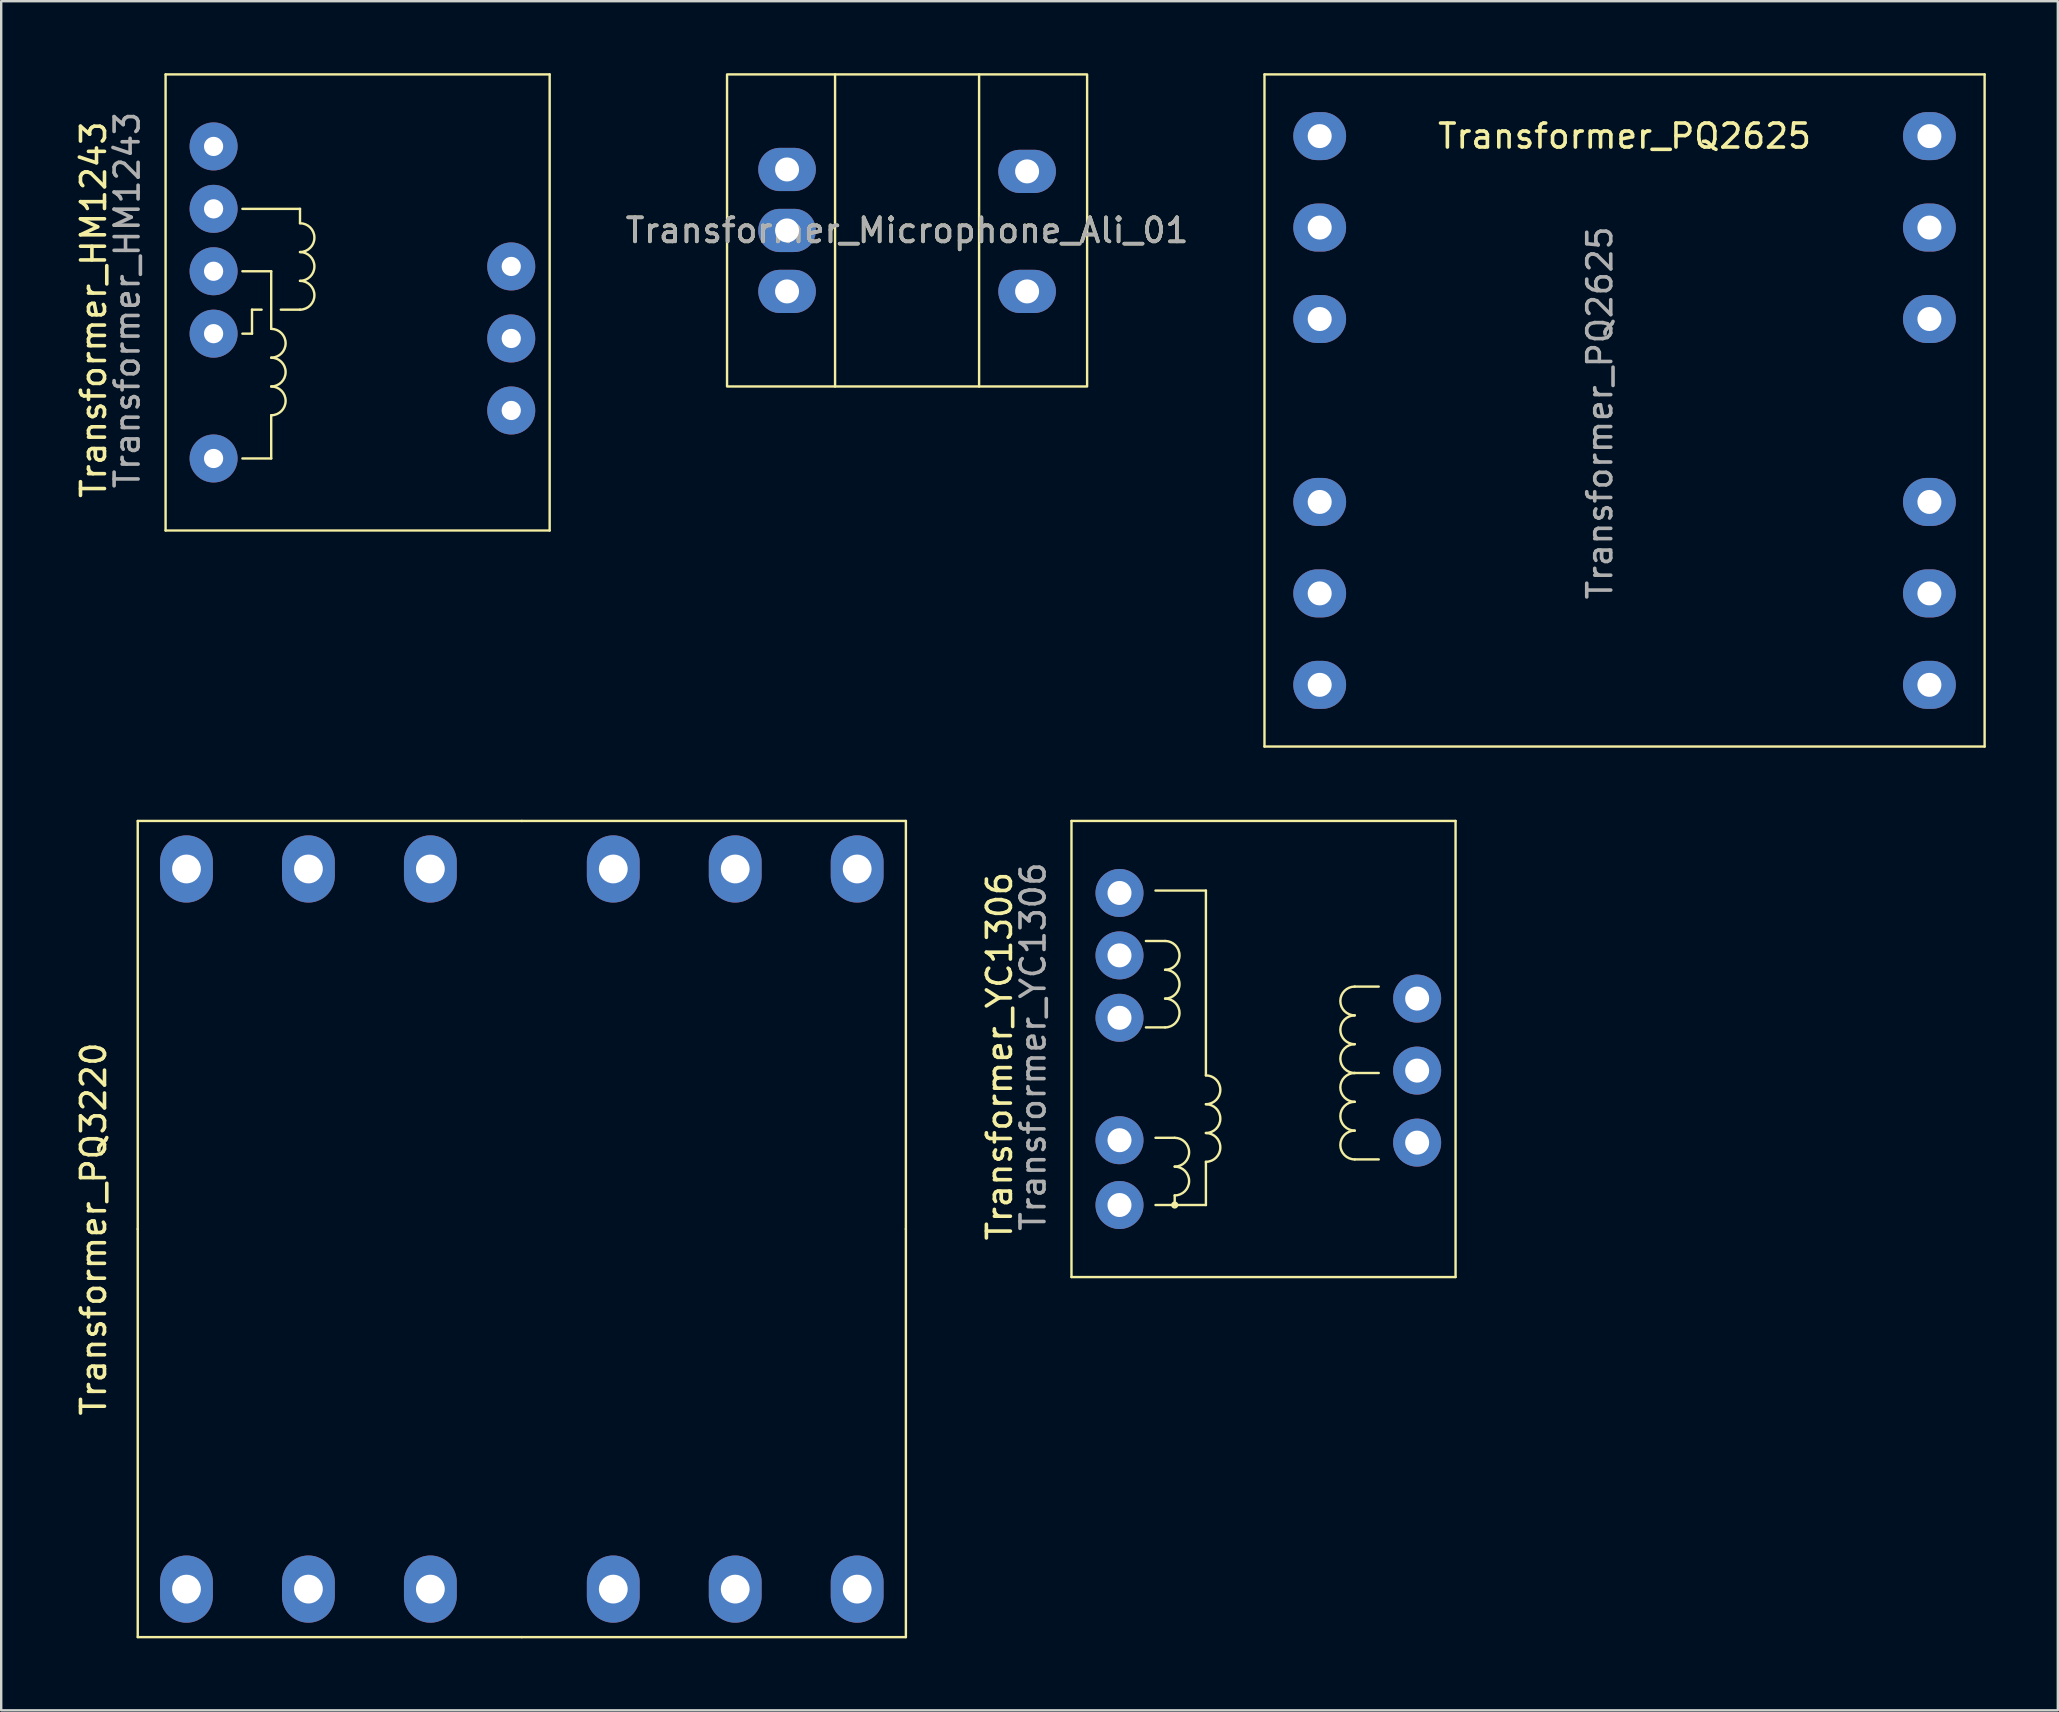
<source format=kicad_pcb>
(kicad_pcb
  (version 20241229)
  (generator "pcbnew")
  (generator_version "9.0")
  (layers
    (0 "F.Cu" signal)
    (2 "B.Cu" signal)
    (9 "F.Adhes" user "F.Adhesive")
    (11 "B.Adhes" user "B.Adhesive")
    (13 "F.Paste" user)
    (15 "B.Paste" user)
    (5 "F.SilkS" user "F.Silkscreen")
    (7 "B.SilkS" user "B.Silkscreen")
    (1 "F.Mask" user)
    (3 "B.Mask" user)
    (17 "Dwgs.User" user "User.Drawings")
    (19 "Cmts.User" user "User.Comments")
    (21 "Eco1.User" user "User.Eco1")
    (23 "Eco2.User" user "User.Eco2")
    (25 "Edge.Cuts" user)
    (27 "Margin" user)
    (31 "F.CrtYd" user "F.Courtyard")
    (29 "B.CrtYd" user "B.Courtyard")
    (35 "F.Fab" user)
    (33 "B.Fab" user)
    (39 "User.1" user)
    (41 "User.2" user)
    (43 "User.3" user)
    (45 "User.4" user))
  (footprint "Transformer_HM1243"
    (layer "F.Cu")
    (at 5.848 16.05)
    (property "Reference" "Transformer_HM1243" (at -5 -6.2 90) (layer "F.SilkS") (effects (font (size 1 1) (thickness 0.15))))
    (attr through_hole)
    (fp_line (start -2 -16) (end 14 -16) (stroke (width 0.1) (type default)) (layer "F.SilkS"))
    (fp_line (start -2 3) (end -2 -16) (stroke (width 0.1) (type default)) (layer "F.SilkS"))
    (fp_line (start -2 3) (end 14 3) (stroke (width 0.1) (type default)) (layer "F.SilkS"))
    (fp_line (start 1.6 -6.2) (end 1.6 -5.2) (stroke (width 0.1) (type default)) (layer "F.SilkS"))
    (fp_line (start 1.6 -5.2) (end 1.2 -5.2) (stroke (width 0.1) (type default)) (layer "F.SilkS"))
    (fp_line (start 2 -6.2) (end 1.6 -6.2) (stroke (width 0.1) (type default)) (layer "F.SilkS"))
    (fp_line (start 2.4 -7.8) (end 1.2 -7.8) (stroke (width 0.1) (type default)) (layer "F.SilkS"))
    (fp_line (start 2.4 -5.4) (end 2.4 -7.8) (stroke (width 0.1) (type default)) (layer "F.SilkS"))
    (fp_line (start 2.4 -1.8) (end 2.4 0) (stroke (width 0.1) (type default)) (layer "F.SilkS"))
    (fp_line (start 2.4 0) (end 1.2 0) (stroke (width 0.1) (type default)) (layer "F.SilkS"))
    (fp_line (start 3.6 -10.4) (end 1.2 -10.4) (stroke (width 0.1) (type default)) (layer "F.SilkS"))
    (fp_line (start 3.6 -9.8) (end 3.6 -10.4) (stroke (width 0.1) (type default)) (layer "F.SilkS"))
    (fp_line (start 3.6 -6.2) (end 2.8 -6.2) (stroke (width 0.1) (type default)) (layer "F.SilkS"))
    (fp_line (start 14 3) (end 14 -16) (stroke (width 0.1) (type default)) (layer "F.SilkS"))
    (fp_arc (start 2.4 -5.4) (mid 3 -4.8) (end 2.4 -4.2) (stroke (width 0.1) (type default)) (layer "F.SilkS"))
    (fp_arc (start 2.4 -4.2) (mid 3 -3.6) (end 2.4 -3) (stroke (width 0.1) (type default)) (layer "F.SilkS"))
    (fp_arc (start 2.4 -3) (mid 3 -2.4) (end 2.4 -1.8) (stroke (width 0.1) (type default)) (layer "F.SilkS"))
    (fp_arc (start 3.6 -9.8) (mid 4.2 -9.2) (end 3.6 -8.6) (stroke (width 0.1) (type default)) (layer "F.SilkS"))
    (fp_arc (start 3.6 -8.6) (mid 4.2 -8) (end 3.6 -7.4) (stroke (width 0.1) (type default)) (layer "F.SilkS"))
    (fp_arc (start 3.6 -7.4) (mid 4.2 -6.8) (end 3.6 -6.2) (stroke (width 0.1) (type default)) (layer "F.SilkS"))
    (fp_text user "${REFERENCE}" (at -3.6 -6.6 90) (layer "F.Fab") (effects (font (size 1 1) (thickness 0.15))))
    (pad "1" thru_hole circle (at 12.4 -2) (size 2 2) (drill 0.8) (layers "*.Cu" "*.Mask"))
    (pad "2" thru_hole circle (at 12.4 -5) (size 2 2) (drill 0.8) (layers "*.Cu" "*.Mask"))
    (pad "3" thru_hole circle (at 12.4 -8) (size 2 2) (drill 0.8) (layers "*.Cu" "*.Mask"))
    (pad "4" thru_hole circle (at 0 -13) (size 2 2) (drill 0.8) (layers "*.Cu" "*.Mask"))
    (pad "5" thru_hole circle (at 0 -10.4) (size 2 2) (drill 0.8) (layers "*.Cu" "*.Mask"))
    (pad "6" thru_hole circle (at 0 -7.8) (size 2 2) (drill 0.8) (layers "*.Cu" "*.Mask"))
    (pad "7" thru_hole circle (at 0 -5.2) (size 2 2) (drill 0.8) (layers "*.Cu" "*.Mask"))
    (pad "8" thru_hole circle (at 0 0) (size 2 2) (drill 0.8) (layers "*.Cu" "*.Mask")))
  (footprint "Transformer_PQ2625"
    (layer "F.Cu")
    (at 64.627 14.05)
    (property "Reference" "Transformer_PQ2625" (at 0 -11.43 0) (layer "F.SilkS") (effects (font (size 1 1) (thickness 0.15))))
    (attr through_hole)
    (fp_line (start -15 -14) (end -15 14) (stroke (width 0.1) (type default)) (layer "F.SilkS"))
    (fp_line (start -15 -14) (end 15 -14) (stroke (width 0.1) (type default)) (layer "F.SilkS"))
    (fp_line (start -15 14) (end 15 14) (stroke (width 0.1) (type default)) (layer "F.SilkS"))
    (fp_line (start 15 -14) (end 15 14) (stroke (width 0.1) (type default)) (layer "F.SilkS"))
    (fp_text user "${REFERENCE}" (at -1.03 0.1 90) (layer "F.Fab") (effects (font (size 1 1) (thickness 0.15))))
    (pad "1" thru_hole oval (at -12.7 -11.43) (size 2.2 2) (drill 1) (layers "*.Cu" "*.Mask"))
    (pad "2" thru_hole oval (at -12.7 -7.62) (size 2.2 2) (drill 1) (layers "*.Cu" "*.Mask"))
    (pad "3" thru_hole oval (at -12.7 -3.81) (size 2.2 2) (drill 1) (layers "*.Cu" "*.Mask"))
    (pad "4" thru_hole oval (at -12.7 3.81) (size 2.2 2) (drill 1) (layers "*.Cu" "*.Mask"))
    (pad "5" thru_hole oval (at -12.7 7.62) (size 2.2 2) (drill 1) (layers "*.Cu" "*.Mask"))
    (pad "6" thru_hole oval (at -12.7 11.43) (size 2.2 2) (drill 1) (layers "*.Cu" "*.Mask"))
    (pad "7" thru_hole oval (at 12.7 11.43) (size 2.2 2) (drill 1) (layers "*.Cu" "*.Mask"))
    (pad "8" thru_hole oval (at 12.7 7.62) (size 2.2 2) (drill 1) (layers "*.Cu" "*.Mask"))
    (pad "9" thru_hole oval (at 12.7 3.81) (size 2.2 2) (drill 1) (layers "*.Cu" "*.Mask"))
    (pad "10" thru_hole oval (at 12.7 -3.81) (size 2.2 2) (drill 1) (layers "*.Cu" "*.Mask"))
    (pad "11" thru_hole oval (at 12.7 -7.62) (size 2.2 2) (drill 1) (layers "*.Cu" "*.Mask"))
    (pad "12" thru_hole oval (at 12.7 -11.43) (size 2.2 2) (drill 1) (layers "*.Cu" "*.Mask")))
  (footprint "Transformer_PQ3220"
    (layer "F.Cu")
    (at 18.688 48.15)
    (property "Reference" "Transformer_PQ3220" (at -17.84 0 90) (layer "F.SilkS") (effects (font (size 1 1) (thickness 0.15))))
    (attr through_hole)
    (fp_line (start -16 -17) (end -16 0) (stroke (width 0.1) (type default)) (layer "F.SilkS"))
    (fp_line (start -16 17) (end -16 0) (stroke (width 0.1) (type default)) (layer "F.SilkS"))
    (fp_line (start 0 -17) (end -16 -17) (stroke (width 0.1) (type default)) (layer "F.SilkS"))
    (fp_line (start 0 -17) (end 16 -17) (stroke (width 0.1) (type default)) (layer "F.SilkS"))
    (fp_line (start 0 17) (end -16 17) (stroke (width 0.1) (type default)) (layer "F.SilkS"))
    (fp_line (start 0 17) (end 16 17) (stroke (width 0.1) (type default)) (layer "F.SilkS"))
    (fp_line (start 16 -17) (end 16 0) (stroke (width 0.1) (type default)) (layer "F.SilkS"))
    (fp_line (start 16 17) (end 16 0) (stroke (width 0.1) (type default)) (layer "F.SilkS"))
    (pad "1" thru_hole oval (at -13.97 15) (size 2.2 2.8) (drill 1.2) (layers "*.Cu" "*.Mask"))
    (pad "2" thru_hole oval (at -8.89 15) (size 2.2 2.8) (drill 1.2) (layers "*.Cu" "*.Mask"))
    (pad "3" thru_hole oval (at -3.81 15) (size 2.2 2.8) (drill 1.2) (layers "*.Cu" "*.Mask"))
    (pad "4" thru_hole oval (at 3.81 15) (size 2.2 2.8) (drill 1.2) (layers "*.Cu" "*.Mask"))
    (pad "5" thru_hole oval (at 8.89 15) (size 2.2 2.8) (drill 1.2) (layers "*.Cu" "*.Mask"))
    (pad "6" thru_hole oval (at 13.97 15) (size 2.2 2.8) (drill 1.2) (layers "*.Cu" "*.Mask"))
    (pad "7" thru_hole oval (at 13.97 -15) (size 2.2 2.8) (drill 1.2) (layers "*.Cu" "*.Mask"))
    (pad "8" thru_hole oval (at 8.89 -15) (size 2.2 2.8) (drill 1.2) (layers "*.Cu" "*.Mask"))
    (pad "9" thru_hole oval (at 3.81 -15) (size 2.2 2.8) (drill 1.2) (layers "*.Cu" "*.Mask"))
    (pad "10" thru_hole oval (at -3.81 -15) (size 2.2 2.8) (drill 1.2) (layers "*.Cu" "*.Mask"))
    (pad "11" thru_hole oval (at -8.89 -15) (size 2.2 2.8) (drill 1.2) (layers "*.Cu" "*.Mask"))
    (pad "12" thru_hole oval (at -13.97 -15) (size 2.2 2.8) (drill 1.2) (layers "*.Cu" "*.Mask")))
  (footprint "Transformer_YC1306"
    (layer "F.Cu")
    (at 43.587 47.15)
    (property "Reference" "Transformer_YC1306" (at -5 -6.2 90) (layer "F.SilkS") (effects (font (size 1 1) (thickness 0.15))))
    (attr through_hole)
    (fp_line (start -2 -16) (end 14 -16) (stroke (width 0.1) (type default)) (layer "F.SilkS"))
    (fp_line (start -2 3) (end -2 -16) (stroke (width 0.1) (type default)) (layer "F.SilkS"))
    (fp_line (start -2 3) (end 14 3) (stroke (width 0.1) (type default)) (layer "F.SilkS"))
    (fp_line (start 1.9 -11) (end 1.1 -11) (stroke (width 0.1) (type default)) (layer "F.SilkS"))
    (fp_line (start 1.9 -7.4) (end 1.1 -7.4) (stroke (width 0.1) (type default)) (layer "F.SilkS"))
    (fp_line (start 2.3 -2.8) (end 1.5 -2.8) (stroke (width 0.1) (type default)) (layer "F.SilkS"))
    (fp_line (start 2.3 -0.4) (end 2.3 0) (stroke (width 0.1) (type default)) (layer "F.SilkS"))
    (fp_line (start 3.6 -13.1) (end 1.5 -13.1) (stroke (width 0.1) (type default)) (layer "F.SilkS"))
    (fp_line (start 3.6 -5.4) (end 3.6 -13.1) (stroke (width 0.1) (type default)) (layer "F.SilkS"))
    (fp_line (start 3.6 -1.8) (end 3.6 0) (stroke (width 0.1) (type default)) (layer "F.SilkS"))
    (fp_line (start 3.6 0) (end 1.5 0) (stroke (width 0.1) (type default)) (layer "F.SilkS"))
    (fp_line (start 9.8 -9.1) (end 10.8 -9.1) (stroke (width 0.1) (type default)) (layer "F.SilkS"))
    (fp_line (start 9.8 -5.5) (end 10.8 -5.5) (stroke (width 0.1) (type default)) (layer "F.SilkS"))
    (fp_line (start 9.8 -1.9) (end 10.8 -1.9) (stroke (width 0.1) (type default)) (layer "F.SilkS"))
    (fp_line (start 14 3) (end 14 -16) (stroke (width 0.1) (type default)) (layer "F.SilkS"))
    (fp_arc (start 1.9 -11) (mid 2.5 -10.4) (end 1.9 -9.8) (stroke (width 0.1) (type default)) (layer "F.SilkS"))
    (fp_arc (start 1.9 -9.8) (mid 2.5 -9.2) (end 1.9 -8.6) (stroke (width 0.1) (type default)) (layer "F.SilkS"))
    (fp_arc (start 1.9 -8.6) (mid 2.5 -8) (end 1.9 -7.4) (stroke (width 0.1) (type default)) (layer "F.SilkS"))
    (fp_arc (start 2.3 -2.8) (mid 2.9 -2.2) (end 2.3 -1.6) (stroke (width 0.1) (type default)) (layer "F.SilkS"))
    (fp_arc (start 2.3 -1.6) (mid 2.9 -1) (end 2.3 -0.4) (stroke (width 0.1) (type default)) (layer "F.SilkS"))
    (fp_arc (start 3.6 -5.4) (mid 4.2 -4.8) (end 3.6 -4.2) (stroke (width 0.1) (type default)) (layer "F.SilkS"))
    (fp_arc (start 3.6 -4.2) (mid 4.2 -3.6) (end 3.6 -3) (stroke (width 0.1) (type default)) (layer "F.SilkS"))
    (fp_arc (start 3.6 -3) (mid 4.2 -2.4) (end 3.6 -1.8) (stroke (width 0.1) (type default)) (layer "F.SilkS"))
    (fp_arc (start 9.8 -7.9) (mid 9.2 -8.5) (end 9.8 -9.1) (stroke (width 0.1) (type default)) (layer "F.SilkS"))
    (fp_arc (start 9.8 -6.7) (mid 9.2 -7.3) (end 9.8 -7.9) (stroke (width 0.1) (type default)) (layer "F.SilkS"))
    (fp_arc (start 9.8 -5.5) (mid 9.2 -6.1) (end 9.8 -6.7) (stroke (width 0.1) (type default)) (layer "F.SilkS"))
    (fp_arc (start 9.8 -4.3) (mid 9.2 -4.9) (end 9.8 -5.5) (stroke (width 0.1) (type default)) (layer "F.SilkS"))
    (fp_arc (start 9.8 -3.1) (mid 9.2 -3.7) (end 9.8 -4.3) (stroke (width 0.1) (type default)) (layer "F.SilkS"))
    (fp_arc (start 9.8 -1.9) (mid 9.2 -2.5) (end 9.8 -3.1) (stroke (width 0.1) (type default)) (layer "F.SilkS"))
    (fp_circle (center 2.3 0) (end 2.3 0.1) (stroke (width 0.1) (type default)) (fill no) (layer "F.SilkS"))
    (fp_text user "${REFERENCE}" (at -3.6 -6.6 90) (layer "F.Fab") (effects (font (size 1 1) (thickness 0.15))))
    (pad "1" thru_hole circle (at 0 -13) (size 2 2) (drill 1) (layers "*.Cu" "*.Mask"))
    (pad "2" thru_hole circle (at 0 -10.4) (size 2 2) (drill 1) (layers "*.Cu" "*.Mask"))
    (pad "3" thru_hole circle (at 0 -7.8) (size 2 2) (drill 1) (layers "*.Cu" "*.Mask"))
    (pad "4" thru_hole circle (at 0 -2.7) (size 2 2) (drill 1) (layers "*.Cu" "*.Mask"))
    (pad "5" thru_hole circle (at 0 0) (size 2 2) (drill 1) (layers "*.Cu" "*.Mask"))
    (pad "6" thru_hole circle (at 12.4 -2.6) (size 2 2) (drill 1) (layers "*.Cu" "*.Mask"))
    (pad "7" thru_hole circle (at 12.4 -5.6) (size 2 2) (drill 1) (layers "*.Cu" "*.Mask"))
    (pad "8" thru_hole circle (at 12.4 -8.6) (size 2 2) (drill 1) (layers "*.Cu" "*.Mask")))
  (footprint "Transformer_Microphone_Ali_01"
    (layer "F.Cu")
    (at 34.738 6.55)
    (property "Reference" "Transformer_Microphone_Ali_01" (at 0 0 0) (layer "F.SilkS") (effects (font (size 1 1) (thickness 0.15))))
    (attr through_hole)
    (fp_line (start -3 -6.5) (end -3 6.5) (stroke (width 0.1) (type default)) (layer "F.SilkS"))
    (fp_line (start 3 -6.5) (end 3 6.5) (stroke (width 0.1) (type default)) (layer "F.SilkS"))
    (fp_rect (start -7.5 -6.5) (end 7.5 6.5) (stroke (width 0.1) (type default)) (fill no) (layer "F.SilkS"))
    (fp_text user "${REFERENCE}" (at 0 0 0) (layer "F.Fab") (effects (font (size 1 1) (thickness 0.15))))
    (pad "1" thru_hole oval (at -5 2.54) (size 2.4 1.8) (drill 1) (layers "*.Cu" "*.Mask"))
    (pad "2" thru_hole oval (at -5 -2.54) (size 2.4 1.8) (drill 1) (layers "*.Cu" "*.Mask"))
    (pad "3" thru_hole oval (at 5 2.54) (size 2.4 1.8) (drill 1) (layers "*.Cu" "*.Mask"))
    (pad "4" thru_hole oval (at 5 -2.46) (size 2.4 1.8) (drill 1) (layers "*.Cu" "*.Mask"))
    (pad "5" thru_hole oval (at -5 0) (size 2.4 1.8) (drill 1) (layers "*.Cu" "*.Mask")))
  (gr_rect
    (start -3 -3)
    (end 82.677 68.2)
    (stroke (width 0.1) (type default))
    (fill no)
    (layer "Edge.Cuts")))
</source>
